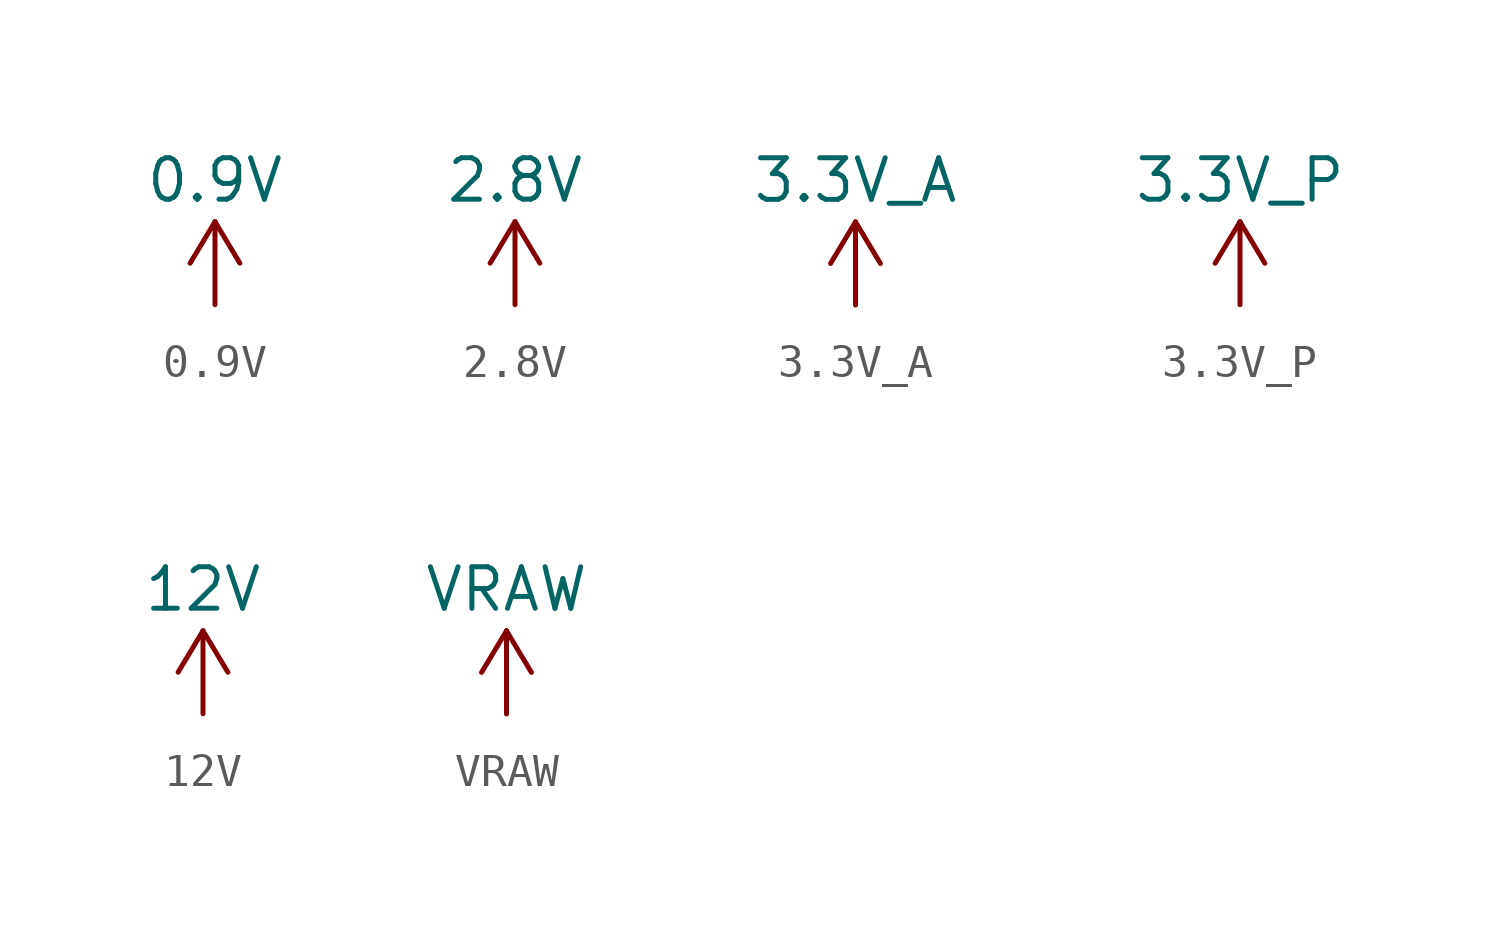
<source format=kicad_sym>
(kicad_symbol_lib
  (version 20220914)
  (generator kicad_symbol_editor)
  (symbol "0.9V"
    (power)
    (pin_names
      (offset 0))
    (property "Reference" "#PWR"
      (at 0 -3.81 0)
      (effects (font (size 1.27 1.27)) hide))
    (property "Value" "0.9V"
      (at 0 3.81 0)
      (do_not_autoplace)
      (effects (font (size 1.27 1.27))))
    (symbol "0.9V_0_1"
      (polyline (pts (xy 0 0) (xy 0 2.54)) (stroke (width 0) (type default)) (fill (type none)))
      (polyline (pts (xy 0 2.54) (xy 0.762 1.27)) (stroke (width 0) (type default)) (fill (type none))))
    (symbol "0.9V_1_1"
      (polyline (pts (xy -0.762 1.27) (xy 0 2.54)) (stroke (width 0) (type default)) (fill (type none)))
      (pin power_in line (at 0 0 90) (length 0) hide (name "0.9V" (effects (font (size 1.27 1.27)))) (number "1" (effects (font (size 1.27 1.27)))))))
  (symbol "2.8V"
    (power)
    (pin_names
      (offset 0))
    (property "Reference" "#PWR"
      (at 0 -3.81 0)
      (effects (font (size 1.27 1.27)) hide))
    (property "Value" "2.8V"
      (at 0 3.81 0)
      (do_not_autoplace)
      (effects (font (size 1.27 1.27))))
    (symbol "2.8V_0_1"
      (polyline (pts (xy 0 0) (xy 0 2.54)) (stroke (width 0) (type default)) (fill (type none)))
      (polyline (pts (xy 0 2.54) (xy 0.762 1.27)) (stroke (width 0) (type default)) (fill (type none))))
    (symbol "2.8V_1_1"
      (polyline (pts (xy -0.762 1.27) (xy 0 2.54)) (stroke (width 0) (type default)) (fill (type none)))
      (pin power_in line (at 0 0 90) (length 0) hide (name "2.8V" (effects (font (size 1.27 1.27)))) (number "1" (effects (font (size 1.27 1.27)))))))
  (symbol "3.3V_A"
    (power)
    (pin_names
      (offset 0))
    (property "Reference" "#PWR"
      (at 0 -3.81 0)
      (effects (font (size 1.27 1.27)) hide))
    (property "Value" "3.3V_A"
      (at 0 3.81 0)
      (do_not_autoplace)
      (effects (font (size 1.27 1.27))))
    (symbol "3.3V_A_0_1"
      (polyline (pts (xy -0.762 1.27) (xy 0 2.54)) (stroke (width 0) (type default)) (fill (type none)))
      (polyline (pts (xy 0 0) (xy 0 2.54)) (stroke (width 0) (type default)) (fill (type none)))
      (polyline (pts (xy 0 2.54) (xy 0.762 1.27)) (stroke (width 0) (type default)) (fill (type none))))
    (symbol "3.3V_A_1_1"
      (pin power_in line (at 0 0 90) (length 0) hide (name "3.3V_A" (effects (font (size 1.27 1.27)))) (number "1" (effects (font (size 1.27 1.27)))))))
  (symbol "3.3V_P"
    (power)
    (pin_names
      (offset 0))
    (property "Reference" "#PWR"
      (at 0 -3.81 0)
      (effects (font (size 1.27 1.27)) hide))
    (property "Value" "3.3V_P"
      (at 0 3.81 0)
      (do_not_autoplace)
      (effects (font (size 1.27 1.27))))
    (symbol "3.3V_P_0_1"
      (polyline (pts (xy 0 0) (xy 0 2.54)) (stroke (width 0) (type default)) (fill (type none)))
      (polyline (pts (xy 0 2.54) (xy 0.762 1.27)) (stroke (width 0) (type default)) (fill (type none))))
    (symbol "3.3V_P_1_1"
      (polyline (pts (xy -0.762 1.27) (xy 0 2.54)) (stroke (width 0) (type default)) (fill (type none)))
      (pin power_in line (at 0 0 90) (length 0) hide (name "3.3V_P" (effects (font (size 1.27 1.27)))) (number "1" (effects (font (size 1.27 1.27)))))))
  (symbol "12V"
    (power)
    (pin_names
      (offset 0))
    (property "Reference" "#PWR"
      (at 0 -3.81 0)
      (effects (font (size 1.27 1.27)) hide))
    (property "Value" "12V"
      (at 0 3.81 0)
      (do_not_autoplace)
      (effects (font (size 1.27 1.27))))
    (symbol "12V_0_1"
      (polyline (pts (xy -0.762 1.27) (xy 0 2.54)) (stroke (width 0) (type default)) (fill (type none)))
      (polyline (pts (xy 0 0) (xy 0 2.54)) (stroke (width 0) (type default)) (fill (type none)))
      (polyline (pts (xy 0 2.54) (xy 0.762 1.27)) (stroke (width 0) (type default)) (fill (type none))))
    (symbol "12V_1_1"
      (pin power_in line (at 0 0 90) (length 0) hide (name "12V" (effects (font (size 1.27 1.27)))) (number "1" (effects (font (size 1.27 1.27)))))))
  (symbol "VRAW"
    (power)
    (pin_names
      (offset 0))
    (property "Reference" "#PWR"
      (at 0 -3.81 0)
      (effects (font (size 1.27 1.27)) hide))
    (property "Value" "VRAW"
      (at 0 3.81 0)
      (do_not_autoplace)
      (effects (font (size 1.27 1.27))))
    (symbol "VRAW_0_1"
      (polyline (pts (xy -0.762 1.27) (xy 0 2.54)) (stroke (width 0) (type default)) (fill (type none)))
      (polyline (pts (xy 0 0) (xy 0 2.54)) (stroke (width 0) (type default)) (fill (type none)))
      (polyline (pts (xy 0 2.54) (xy 0.762 1.27)) (stroke (width 0) (type default)) (fill (type none))))
    (symbol "VRAW_1_1"
      (pin power_in line (at 0 0 90) (length 0) hide (name "VRAW" (effects (font (size 1.27 1.27)))) (number "1" (effects (font (size 1.27 1.27))))))))
</source>
